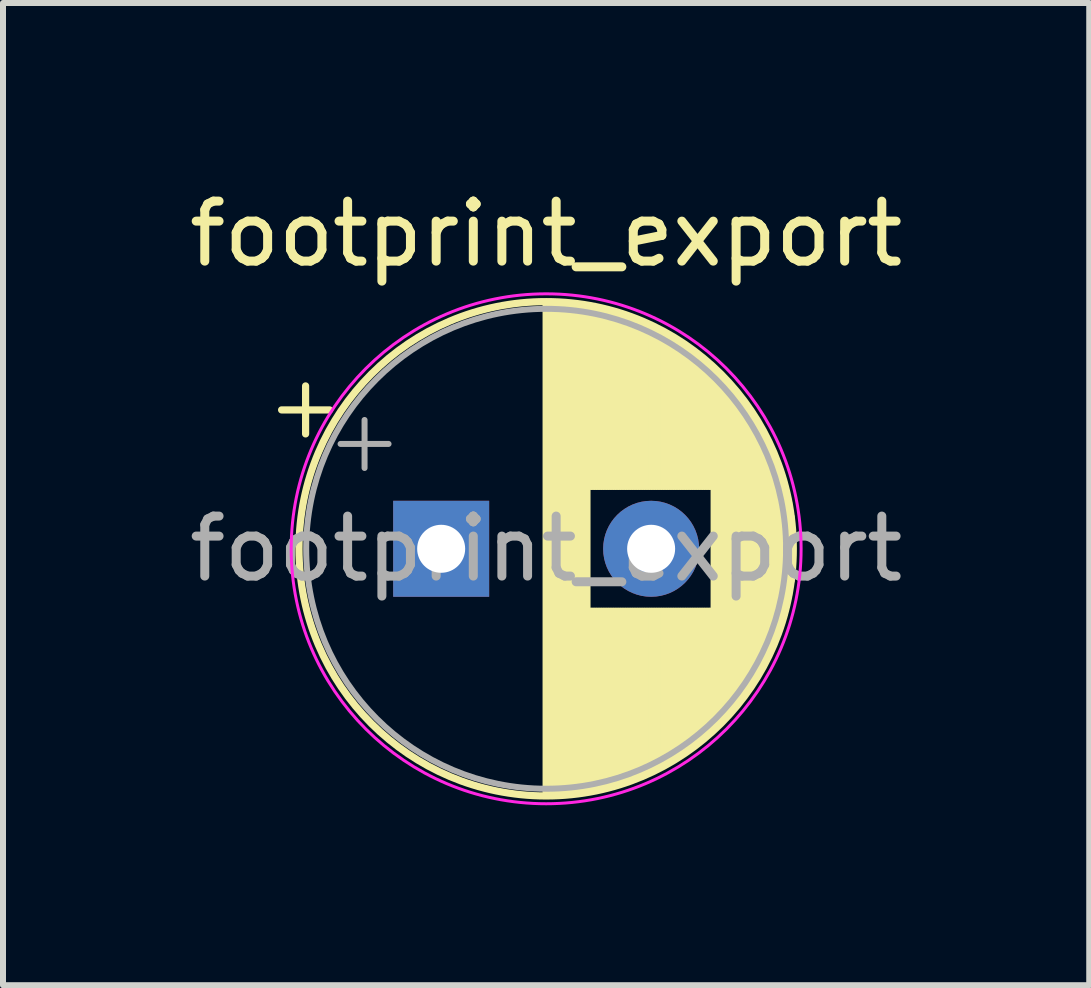
<source format=kicad_pcb>
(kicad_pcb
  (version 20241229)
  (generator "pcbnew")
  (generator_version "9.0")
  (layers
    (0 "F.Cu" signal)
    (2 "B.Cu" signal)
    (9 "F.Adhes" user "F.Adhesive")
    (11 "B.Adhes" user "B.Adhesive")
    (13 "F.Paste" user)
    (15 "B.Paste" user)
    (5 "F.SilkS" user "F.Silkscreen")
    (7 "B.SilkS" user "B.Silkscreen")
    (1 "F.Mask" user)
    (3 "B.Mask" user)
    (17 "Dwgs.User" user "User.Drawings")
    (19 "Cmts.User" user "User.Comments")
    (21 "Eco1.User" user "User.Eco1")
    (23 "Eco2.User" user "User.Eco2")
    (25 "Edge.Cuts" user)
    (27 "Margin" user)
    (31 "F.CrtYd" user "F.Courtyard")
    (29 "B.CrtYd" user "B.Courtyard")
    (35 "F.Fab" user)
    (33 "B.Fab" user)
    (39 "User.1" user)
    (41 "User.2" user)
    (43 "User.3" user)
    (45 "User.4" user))
  (footprint "footprint_export"
    (layer "F.Cu")
    (at 4.304 6.098)
    (property "Reference" "footprint_export" (at 1.75 -5.25 0) (layer "F.SilkS") (effects (font (size 1 1) (thickness 0.15))))
    (attr through_hole)
    (fp_line (start -2.66 -2.315) (end -1.86 -2.315) (stroke (width 0.12) (type solid)) (layer "F.SilkS"))
    (fp_line (start -2.26 -2.715) (end -2.26 -1.915) (stroke (width 0.12) (type solid)) (layer "F.SilkS"))
    (fp_line (start 1.75 -4.08) (end 1.75 4.08) (stroke (width 0.12) (type solid)) (layer "F.SilkS"))
    (fp_line (start 1.79 -4.08) (end 1.79 4.08) (stroke (width 0.12) (type solid)) (layer "F.SilkS"))
    (fp_line (start 1.83 -4.08) (end 1.83 4.08) (stroke (width 0.12) (type solid)) (layer "F.SilkS"))
    (fp_line (start 1.87 -4.079) (end 1.87 4.079) (stroke (width 0.12) (type solid)) (layer "F.SilkS"))
    (fp_line (start 1.91 -4.077) (end 1.91 4.077) (stroke (width 0.12) (type solid)) (layer "F.SilkS"))
    (fp_line (start 1.95 -4.076) (end 1.95 4.076) (stroke (width 0.12) (type solid)) (layer "F.SilkS"))
    (fp_line (start 1.99 -4.074) (end 1.99 4.074) (stroke (width 0.12) (type solid)) (layer "F.SilkS"))
    (fp_line (start 2.03 -4.071) (end 2.03 4.071) (stroke (width 0.12) (type solid)) (layer "F.SilkS"))
    (fp_line (start 2.07 -4.068) (end 2.07 4.068) (stroke (width 0.12) (type solid)) (layer "F.SilkS"))
    (fp_line (start 2.11 -4.065) (end 2.11 4.065) (stroke (width 0.12) (type solid)) (layer "F.SilkS"))
    (fp_line (start 2.15 -4.061) (end 2.15 4.061) (stroke (width 0.12) (type solid)) (layer "F.SilkS"))
    (fp_line (start 2.19 -4.057) (end 2.19 4.057) (stroke (width 0.12) (type solid)) (layer "F.SilkS"))
    (fp_line (start 2.23 -4.052) (end 2.23 4.052) (stroke (width 0.12) (type solid)) (layer "F.SilkS"))
    (fp_line (start 2.27 -4.048) (end 2.27 4.048) (stroke (width 0.12) (type solid)) (layer "F.SilkS"))
    (fp_line (start 2.31 -4.042) (end 2.31 4.042) (stroke (width 0.12) (type solid)) (layer "F.SilkS"))
    (fp_line (start 2.35 -4.037) (end 2.35 4.037) (stroke (width 0.12) (type solid)) (layer "F.SilkS"))
    (fp_line (start 2.39 -4.03) (end 2.39 4.03) (stroke (width 0.12) (type solid)) (layer "F.SilkS"))
    (fp_line (start 2.43 -4.024) (end 2.43 4.024) (stroke (width 0.12) (type solid)) (layer "F.SilkS"))
    (fp_line (start 2.471 -4.017) (end 2.471 -1.04) (stroke (width 0.12) (type solid)) (layer "F.SilkS"))
    (fp_line (start 2.471 1.04) (end 2.471 4.017) (stroke (width 0.12) (type solid)) (layer "F.SilkS"))
    (fp_line (start 2.511 -4.01) (end 2.511 -1.04) (stroke (width 0.12) (type solid)) (layer "F.SilkS"))
    (fp_line (start 2.511 1.04) (end 2.511 4.01) (stroke (width 0.12) (type solid)) (layer "F.SilkS"))
    (fp_line (start 2.551 -4.002) (end 2.551 -1.04) (stroke (width 0.12) (type solid)) (layer "F.SilkS"))
    (fp_line (start 2.551 1.04) (end 2.551 4.002) (stroke (width 0.12) (type solid)) (layer "F.SilkS"))
    (fp_line (start 2.591 -3.994) (end 2.591 -1.04) (stroke (width 0.12) (type solid)) (layer "F.SilkS"))
    (fp_line (start 2.591 1.04) (end 2.591 3.994) (stroke (width 0.12) (type solid)) (layer "F.SilkS"))
    (fp_line (start 2.631 -3.985) (end 2.631 -1.04) (stroke (width 0.12) (type solid)) (layer "F.SilkS"))
    (fp_line (start 2.631 1.04) (end 2.631 3.985) (stroke (width 0.12) (type solid)) (layer "F.SilkS"))
    (fp_line (start 2.671 -3.976) (end 2.671 -1.04) (stroke (width 0.12) (type solid)) (layer "F.SilkS"))
    (fp_line (start 2.671 1.04) (end 2.671 3.976) (stroke (width 0.12) (type solid)) (layer "F.SilkS"))
    (fp_line (start 2.711 -3.967) (end 2.711 -1.04) (stroke (width 0.12) (type solid)) (layer "F.SilkS"))
    (fp_line (start 2.711 1.04) (end 2.711 3.967) (stroke (width 0.12) (type solid)) (layer "F.SilkS"))
    (fp_line (start 2.751 -3.957) (end 2.751 -1.04) (stroke (width 0.12) (type solid)) (layer "F.SilkS"))
    (fp_line (start 2.751 1.04) (end 2.751 3.957) (stroke (width 0.12) (type solid)) (layer "F.SilkS"))
    (fp_line (start 2.791 -3.947) (end 2.791 -1.04) (stroke (width 0.12) (type solid)) (layer "F.SilkS"))
    (fp_line (start 2.791 1.04) (end 2.791 3.947) (stroke (width 0.12) (type solid)) (layer "F.SilkS"))
    (fp_line (start 2.831 -3.936) (end 2.831 -1.04) (stroke (width 0.12) (type solid)) (layer "F.SilkS"))
    (fp_line (start 2.831 1.04) (end 2.831 3.936) (stroke (width 0.12) (type solid)) (layer "F.SilkS"))
    (fp_line (start 2.871 -3.925) (end 2.871 -1.04) (stroke (width 0.12) (type solid)) (layer "F.SilkS"))
    (fp_line (start 2.871 1.04) (end 2.871 3.925) (stroke (width 0.12) (type solid)) (layer "F.SilkS"))
    (fp_line (start 2.911 -3.914) (end 2.911 -1.04) (stroke (width 0.12) (type solid)) (layer "F.SilkS"))
    (fp_line (start 2.911 1.04) (end 2.911 3.914) (stroke (width 0.12) (type solid)) (layer "F.SilkS"))
    (fp_line (start 2.951 -3.902) (end 2.951 -1.04) (stroke (width 0.12) (type solid)) (layer "F.SilkS"))
    (fp_line (start 2.951 1.04) (end 2.951 3.902) (stroke (width 0.12) (type solid)) (layer "F.SilkS"))
    (fp_line (start 2.991 -3.889) (end 2.991 -1.04) (stroke (width 0.12) (type solid)) (layer "F.SilkS"))
    (fp_line (start 2.991 1.04) (end 2.991 3.889) (stroke (width 0.12) (type solid)) (layer "F.SilkS"))
    (fp_line (start 3.031 -3.877) (end 3.031 -1.04) (stroke (width 0.12) (type solid)) (layer "F.SilkS"))
    (fp_line (start 3.031 1.04) (end 3.031 3.877) (stroke (width 0.12) (type solid)) (layer "F.SilkS"))
    (fp_line (start 3.071 -3.863) (end 3.071 -1.04) (stroke (width 0.12) (type solid)) (layer "F.SilkS"))
    (fp_line (start 3.071 1.04) (end 3.071 3.863) (stroke (width 0.12) (type solid)) (layer "F.SilkS"))
    (fp_line (start 3.111 -3.85) (end 3.111 -1.04) (stroke (width 0.12) (type solid)) (layer "F.SilkS"))
    (fp_line (start 3.111 1.04) (end 3.111 3.85) (stroke (width 0.12) (type solid)) (layer "F.SilkS"))
    (fp_line (start 3.151 -3.835) (end 3.151 -1.04) (stroke (width 0.12) (type solid)) (layer "F.SilkS"))
    (fp_line (start 3.151 1.04) (end 3.151 3.835) (stroke (width 0.12) (type solid)) (layer "F.SilkS"))
    (fp_line (start 3.191 -3.821) (end 3.191 -1.04) (stroke (width 0.12) (type solid)) (layer "F.SilkS"))
    (fp_line (start 3.191 1.04) (end 3.191 3.821) (stroke (width 0.12) (type solid)) (layer "F.SilkS"))
    (fp_line (start 3.231 -3.805) (end 3.231 -1.04) (stroke (width 0.12) (type solid)) (layer "F.SilkS"))
    (fp_line (start 3.231 1.04) (end 3.231 3.805) (stroke (width 0.12) (type solid)) (layer "F.SilkS"))
    (fp_line (start 3.271 -3.79) (end 3.271 -1.04) (stroke (width 0.12) (type solid)) (layer "F.SilkS"))
    (fp_line (start 3.271 1.04) (end 3.271 3.79) (stroke (width 0.12) (type solid)) (layer "F.SilkS"))
    (fp_line (start 3.311 -3.774) (end 3.311 -1.04) (stroke (width 0.12) (type solid)) (layer "F.SilkS"))
    (fp_line (start 3.311 1.04) (end 3.311 3.774) (stroke (width 0.12) (type solid)) (layer "F.SilkS"))
    (fp_line (start 3.351 -3.757) (end 3.351 -1.04) (stroke (width 0.12) (type solid)) (layer "F.SilkS"))
    (fp_line (start 3.351 1.04) (end 3.351 3.757) (stroke (width 0.12) (type solid)) (layer "F.SilkS"))
    (fp_line (start 3.391 -3.74) (end 3.391 -1.04) (stroke (width 0.12) (type solid)) (layer "F.SilkS"))
    (fp_line (start 3.391 1.04) (end 3.391 3.74) (stroke (width 0.12) (type solid)) (layer "F.SilkS"))
    (fp_line (start 3.431 -3.722) (end 3.431 -1.04) (stroke (width 0.12) (type solid)) (layer "F.SilkS"))
    (fp_line (start 3.431 1.04) (end 3.431 3.722) (stroke (width 0.12) (type solid)) (layer "F.SilkS"))
    (fp_line (start 3.471 -3.704) (end 3.471 -1.04) (stroke (width 0.12) (type solid)) (layer "F.SilkS"))
    (fp_line (start 3.471 1.04) (end 3.471 3.704) (stroke (width 0.12) (type solid)) (layer "F.SilkS"))
    (fp_line (start 3.511 -3.686) (end 3.511 -1.04) (stroke (width 0.12) (type solid)) (layer "F.SilkS"))
    (fp_line (start 3.511 1.04) (end 3.511 3.686) (stroke (width 0.12) (type solid)) (layer "F.SilkS"))
    (fp_line (start 3.551 -3.666) (end 3.551 -1.04) (stroke (width 0.12) (type solid)) (layer "F.SilkS"))
    (fp_line (start 3.551 1.04) (end 3.551 3.666) (stroke (width 0.12) (type solid)) (layer "F.SilkS"))
    (fp_line (start 3.591 -3.647) (end 3.591 -1.04) (stroke (width 0.12) (type solid)) (layer "F.SilkS"))
    (fp_line (start 3.591 1.04) (end 3.591 3.647) (stroke (width 0.12) (type solid)) (layer "F.SilkS"))
    (fp_line (start 3.631 -3.627) (end 3.631 -1.04) (stroke (width 0.12) (type solid)) (layer "F.SilkS"))
    (fp_line (start 3.631 1.04) (end 3.631 3.627) (stroke (width 0.12) (type solid)) (layer "F.SilkS"))
    (fp_line (start 3.671 -3.606) (end 3.671 -1.04) (stroke (width 0.12) (type solid)) (layer "F.SilkS"))
    (fp_line (start 3.671 1.04) (end 3.671 3.606) (stroke (width 0.12) (type solid)) (layer "F.SilkS"))
    (fp_line (start 3.711 -3.584) (end 3.711 -1.04) (stroke (width 0.12) (type solid)) (layer "F.SilkS"))
    (fp_line (start 3.711 1.04) (end 3.711 3.584) (stroke (width 0.12) (type solid)) (layer "F.SilkS"))
    (fp_line (start 3.751 -3.562) (end 3.751 -1.04) (stroke (width 0.12) (type solid)) (layer "F.SilkS"))
    (fp_line (start 3.751 1.04) (end 3.751 3.562) (stroke (width 0.12) (type solid)) (layer "F.SilkS"))
    (fp_line (start 3.791 -3.54) (end 3.791 -1.04) (stroke (width 0.12) (type solid)) (layer "F.SilkS"))
    (fp_line (start 3.791 1.04) (end 3.791 3.54) (stroke (width 0.12) (type solid)) (layer "F.SilkS"))
    (fp_line (start 3.831 -3.517) (end 3.831 -1.04) (stroke (width 0.12) (type solid)) (layer "F.SilkS"))
    (fp_line (start 3.831 1.04) (end 3.831 3.517) (stroke (width 0.12) (type solid)) (layer "F.SilkS"))
    (fp_line (start 3.871 -3.493) (end 3.871 -1.04) (stroke (width 0.12) (type solid)) (layer "F.SilkS"))
    (fp_line (start 3.871 1.04) (end 3.871 3.493) (stroke (width 0.12) (type solid)) (layer "F.SilkS"))
    (fp_line (start 3.911 -3.469) (end 3.911 -1.04) (stroke (width 0.12) (type solid)) (layer "F.SilkS"))
    (fp_line (start 3.911 1.04) (end 3.911 3.469) (stroke (width 0.12) (type solid)) (layer "F.SilkS"))
    (fp_line (start 3.951 -3.444) (end 3.951 -1.04) (stroke (width 0.12) (type solid)) (layer "F.SilkS"))
    (fp_line (start 3.951 1.04) (end 3.951 3.444) (stroke (width 0.12) (type solid)) (layer "F.SilkS"))
    (fp_line (start 3.991 -3.418) (end 3.991 -1.04) (stroke (width 0.12) (type solid)) (layer "F.SilkS"))
    (fp_line (start 3.991 1.04) (end 3.991 3.418) (stroke (width 0.12) (type solid)) (layer "F.SilkS"))
    (fp_line (start 4.031 -3.392) (end 4.031 -1.04) (stroke (width 0.12) (type solid)) (layer "F.SilkS"))
    (fp_line (start 4.031 1.04) (end 4.031 3.392) (stroke (width 0.12) (type solid)) (layer "F.SilkS"))
    (fp_line (start 4.071 -3.365) (end 4.071 -1.04) (stroke (width 0.12) (type solid)) (layer "F.SilkS"))
    (fp_line (start 4.071 1.04) (end 4.071 3.365) (stroke (width 0.12) (type solid)) (layer "F.SilkS"))
    (fp_line (start 4.111 -3.338) (end 4.111 -1.04) (stroke (width 0.12) (type solid)) (layer "F.SilkS"))
    (fp_line (start 4.111 1.04) (end 4.111 3.338) (stroke (width 0.12) (type solid)) (layer "F.SilkS"))
    (fp_line (start 4.151 -3.309) (end 4.151 -1.04) (stroke (width 0.12) (type solid)) (layer "F.SilkS"))
    (fp_line (start 4.151 1.04) (end 4.151 3.309) (stroke (width 0.12) (type solid)) (layer "F.SilkS"))
    (fp_line (start 4.191 -3.28) (end 4.191 -1.04) (stroke (width 0.12) (type solid)) (layer "F.SilkS"))
    (fp_line (start 4.191 1.04) (end 4.191 3.28) (stroke (width 0.12) (type solid)) (layer "F.SilkS"))
    (fp_line (start 4.231 -3.25) (end 4.231 -1.04) (stroke (width 0.12) (type solid)) (layer "F.SilkS"))
    (fp_line (start 4.231 1.04) (end 4.231 3.25) (stroke (width 0.12) (type solid)) (layer "F.SilkS"))
    (fp_line (start 4.271 -3.22) (end 4.271 -1.04) (stroke (width 0.12) (type solid)) (layer "F.SilkS"))
    (fp_line (start 4.271 1.04) (end 4.271 3.22) (stroke (width 0.12) (type solid)) (layer "F.SilkS"))
    (fp_line (start 4.311 -3.189) (end 4.311 -1.04) (stroke (width 0.12) (type solid)) (layer "F.SilkS"))
    (fp_line (start 4.311 1.04) (end 4.311 3.189) (stroke (width 0.12) (type solid)) (layer "F.SilkS"))
    (fp_line (start 4.351 -3.156) (end 4.351 -1.04) (stroke (width 0.12) (type solid)) (layer "F.SilkS"))
    (fp_line (start 4.351 1.04) (end 4.351 3.156) (stroke (width 0.12) (type solid)) (layer "F.SilkS"))
    (fp_line (start 4.391 -3.124) (end 4.391 -1.04) (stroke (width 0.12) (type solid)) (layer "F.SilkS"))
    (fp_line (start 4.391 1.04) (end 4.391 3.124) (stroke (width 0.12) (type solid)) (layer "F.SilkS"))
    (fp_line (start 4.431 -3.09) (end 4.431 -1.04) (stroke (width 0.12) (type solid)) (layer "F.SilkS"))
    (fp_line (start 4.431 1.04) (end 4.431 3.09) (stroke (width 0.12) (type solid)) (layer "F.SilkS"))
    (fp_line (start 4.471 -3.055) (end 4.471 -1.04) (stroke (width 0.12) (type solid)) (layer "F.SilkS"))
    (fp_line (start 4.471 1.04) (end 4.471 3.055) (stroke (width 0.12) (type solid)) (layer "F.SilkS"))
    (fp_line (start 4.511 -3.019) (end 4.511 -1.04) (stroke (width 0.12) (type solid)) (layer "F.SilkS"))
    (fp_line (start 4.511 1.04) (end 4.511 3.019) (stroke (width 0.12) (type solid)) (layer "F.SilkS"))
    (fp_line (start 4.551 -2.983) (end 4.551 2.983) (stroke (width 0.12) (type solid)) (layer "F.SilkS"))
    (fp_line (start 4.591 -2.945) (end 4.591 2.945) (stroke (width 0.12) (type solid)) (layer "F.SilkS"))
    (fp_line (start 4.631 -2.907) (end 4.631 2.907) (stroke (width 0.12) (type solid)) (layer "F.SilkS"))
    (fp_line (start 4.671 -2.867) (end 4.671 2.867) (stroke (width 0.12) (type solid)) (layer "F.SilkS"))
    (fp_line (start 4.711 -2.826) (end 4.711 2.826) (stroke (width 0.12) (type solid)) (layer "F.SilkS"))
    (fp_line (start 4.751 -2.784) (end 4.751 2.784) (stroke (width 0.12) (type solid)) (layer "F.SilkS"))
    (fp_line (start 4.791 -2.741) (end 4.791 2.741) (stroke (width 0.12) (type solid)) (layer "F.SilkS"))
    (fp_line (start 4.831 -2.697) (end 4.831 2.697) (stroke (width 0.12) (type solid)) (layer "F.SilkS"))
    (fp_line (start 4.871 -2.651) (end 4.871 2.651) (stroke (width 0.12) (type solid)) (layer "F.SilkS"))
    (fp_line (start 4.911 -2.604) (end 4.911 2.604) (stroke (width 0.12) (type solid)) (layer "F.SilkS"))
    (fp_line (start 4.951 -2.556) (end 4.951 2.556) (stroke (width 0.12) (type solid)) (layer "F.SilkS"))
    (fp_line (start 4.991 -2.505) (end 4.991 2.505) (stroke (width 0.12) (type solid)) (layer "F.SilkS"))
    (fp_line (start 5.031 -2.454) (end 5.031 2.454) (stroke (width 0.12) (type solid)) (layer "F.SilkS"))
    (fp_line (start 5.071 -2.4) (end 5.071 2.4) (stroke (width 0.12) (type solid)) (layer "F.SilkS"))
    (fp_line (start 5.111 -2.345) (end 5.111 2.345) (stroke (width 0.12) (type solid)) (layer "F.SilkS"))
    (fp_line (start 5.151 -2.287) (end 5.151 2.287) (stroke (width 0.12) (type solid)) (layer "F.SilkS"))
    (fp_line (start 5.191 -2.228) (end 5.191 2.228) (stroke (width 0.12) (type solid)) (layer "F.SilkS"))
    (fp_line (start 5.231 -2.166) (end 5.231 2.166) (stroke (width 0.12) (type solid)) (layer "F.SilkS"))
    (fp_line (start 5.271 -2.102) (end 5.271 2.102) (stroke (width 0.12) (type solid)) (layer "F.SilkS"))
    (fp_line (start 5.311 -2.034) (end 5.311 2.034) (stroke (width 0.12) (type solid)) (layer "F.SilkS"))
    (fp_line (start 5.351 -1.964) (end 5.351 1.964) (stroke (width 0.12) (type solid)) (layer "F.SilkS"))
    (fp_line (start 5.391 -1.89) (end 5.391 1.89) (stroke (width 0.12) (type solid)) (layer "F.SilkS"))
    (fp_line (start 5.431 -1.813) (end 5.431 1.813) (stroke (width 0.12) (type solid)) (layer "F.SilkS"))
    (fp_line (start 5.471 -1.731) (end 5.471 1.731) (stroke (width 0.12) (type solid)) (layer "F.SilkS"))
    (fp_line (start 5.511 -1.645) (end 5.511 1.645) (stroke (width 0.12) (type solid)) (layer "F.SilkS"))
    (fp_line (start 5.551 -1.552) (end 5.551 1.552) (stroke (width 0.12) (type solid)) (layer "F.SilkS"))
    (fp_line (start 5.591 -1.453) (end 5.591 1.453) (stroke (width 0.12) (type solid)) (layer "F.SilkS"))
    (fp_line (start 5.631 -1.346) (end 5.631 1.346) (stroke (width 0.12) (type solid)) (layer "F.SilkS"))
    (fp_line (start 5.671 -1.229) (end 5.671 1.229) (stroke (width 0.12) (type solid)) (layer "F.SilkS"))
    (fp_line (start 5.711 -1.098) (end 5.711 1.098) (stroke (width 0.12) (type solid)) (layer "F.SilkS"))
    (fp_line (start 5.751 -0.948) (end 5.751 0.948) (stroke (width 0.12) (type solid)) (layer "F.SilkS"))
    (fp_line (start 5.791 -0.768) (end 5.791 0.768) (stroke (width 0.12) (type solid)) (layer "F.SilkS"))
    (fp_line (start 5.831 -0.533) (end 5.831 0.533) (stroke (width 0.12) (type solid)) (layer "F.SilkS"))
    (fp_circle (center 1.75 0) (end 5.87 0) (stroke (width 0.12) (type solid)) (fill no) (layer "F.SilkS"))
    (fp_circle (center 1.75 0) (end 6 0) (stroke (width 0.05) (type solid)) (fill no) (layer "F.CrtYd"))
    (fp_line (start -1.677 -1.748) (end -0.877 -1.748) (stroke (width 0.1) (type solid)) (layer "F.Fab"))
    (fp_line (start -1.277 -2.147) (end -1.277 -1.347) (stroke (width 0.1) (type solid)) (layer "F.Fab"))
    (fp_circle (center 1.75 0) (end 5.75 0) (stroke (width 0.1) (type solid)) (fill no) (layer "F.Fab"))
    (fp_text user "${REFERENCE}" (at 1.75 0 0) (layer "F.Fab") (effects (font (size 1 1) (thickness 0.15))))
    (pad "1" thru_hole rect (at 0 0) (size 1.6 1.6) (drill 0.8) (layers "*.Cu" "*.Mask"))
    (pad "2" thru_hole circle (at 3.5 0) (size 1.6 1.6) (drill 0.8) (layers "*.Cu" "*.Mask")))
  (gr_rect
    (start -3 -3)
    (end 15.107 13.373)
    (stroke (width 0.1) (type default))
    (fill no)
    (layer "Edge.Cuts")))
</source>
